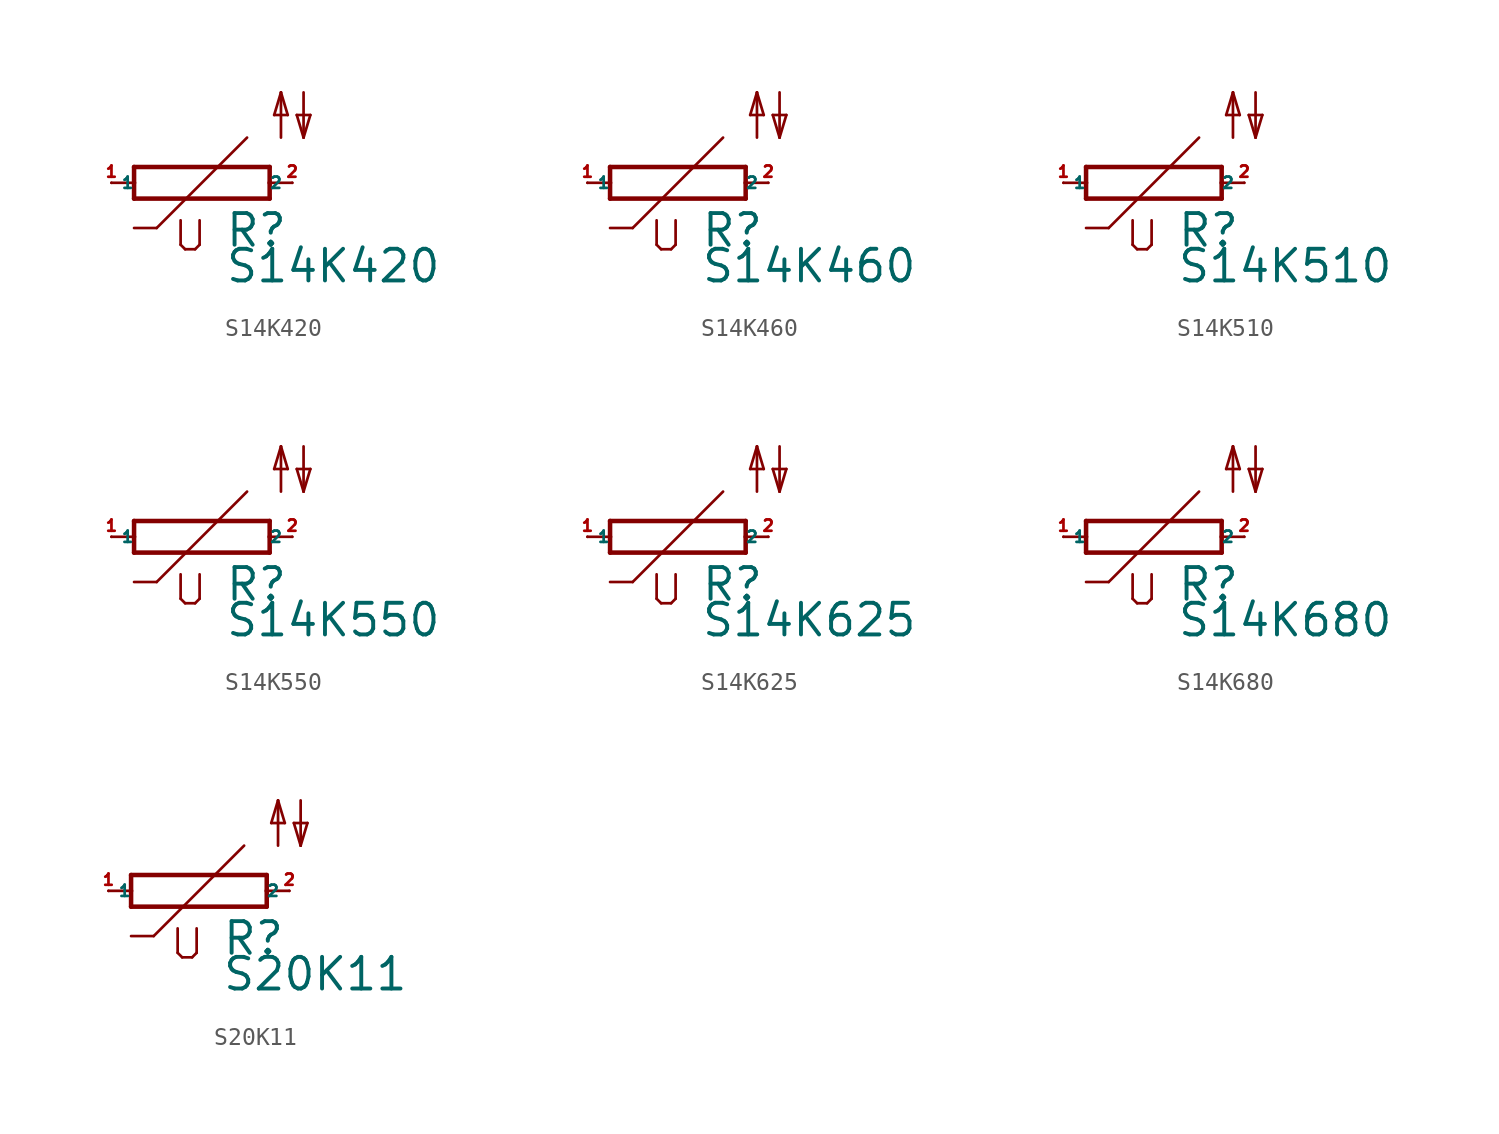
<source format=kicad_sym>
(kicad_symbol_lib
  (version 20220914)
  (generator Eagle2Kicad)
  (symbol "S14K420"
    (property "Reference" "R"
      (at 1.27 -3.708 0)
      (effects (font (size 1.778 1.778) (thickness 0.22)) (justify left bottom)))
    (property "Value" "S14K420"
      (at 1.27 -5.715 0)
      (effects (font (size 1.778 1.778) (thickness 0.22)) (justify left bottom)))
    (polyline
      (pts (xy -3.81 -0.889) (xy 3.81 -0.889))
      (stroke (width 0.254) (type default))
      (fill (type none)))
    (polyline
      (pts (xy 3.81 -0.889) (xy 3.81 0))
      (stroke (width 0.254) (type default))
      (fill (type none)))
    (polyline
      (pts (xy 3.81 0.889) (xy -3.81 0.889))
      (stroke (width 0.254) (type default))
      (fill (type none)))
    (polyline
      (pts (xy -3.81 -0.889) (xy -3.81 0))
      (stroke (width 0.254) (type default))
      (fill (type none)))
    (polyline
      (pts (xy 3.81 0) (xy 5.08 0))
      (stroke (width 0.152) (type default))
      (fill (type none)))
    (polyline
      (pts (xy 3.81 0) (xy 3.81 0.889))
      (stroke (width 0.254) (type default))
      (fill (type none)))
    (polyline
      (pts (xy -5.08 0) (xy -3.81 0))
      (stroke (width 0.152) (type default))
      (fill (type none)))
    (polyline
      (pts (xy -3.81 0) (xy -3.81 0.889))
      (stroke (width 0.254) (type default))
      (fill (type none)))
    (polyline
      (pts (xy 2.54 2.54) (xy -2.54 -2.54))
      (stroke (width 0.152) (type default))
      (fill (type none)))
    (polyline
      (pts (xy -2.54 -2.54) (xy -3.81 -2.54))
      (stroke (width 0.152) (type default))
      (fill (type none)))
    (polyline
      (pts (xy -1.194 -2.108) (xy -1.194 -3.48))
      (stroke (width 0.152) (type default))
      (fill (type none)))
    (polyline
      (pts (xy -0.94 -3.734) (xy -1.194 -3.48))
      (stroke (width 0.152) (type default))
      (fill (type none)))
    (polyline
      (pts (xy -0.94 -3.734) (xy -0.381 -3.734))
      (stroke (width 0.152) (type default))
      (fill (type none)))
    (polyline
      (pts (xy -0.127 -3.48) (xy -0.381 -3.734))
      (stroke (width 0.152) (type default))
      (fill (type none)))
    (polyline
      (pts (xy -0.127 -3.48) (xy -0.127 -2.108))
      (stroke (width 0.152) (type default))
      (fill (type none)))
    (polyline
      (pts (xy 5.715 5.08) (xy 5.715 2.54))
      (stroke (width 0.152) (type default))
      (fill (type none)))
    (polyline
      (pts (xy 5.715 2.54) (xy 6.096 3.81))
      (stroke (width 0.152) (type default))
      (fill (type none)))
    (polyline
      (pts (xy 6.096 3.81) (xy 5.334 3.81))
      (stroke (width 0.152) (type default))
      (fill (type none)))
    (polyline
      (pts (xy 5.334 3.81) (xy 5.715 2.54))
      (stroke (width 0.152) (type default))
      (fill (type none)))
    (polyline
      (pts (xy 4.445 2.54) (xy 4.445 5.08))
      (stroke (width 0.152) (type default))
      (fill (type none)))
    (polyline
      (pts (xy 4.445 5.08) (xy 4.826 3.81))
      (stroke (width 0.152) (type default))
      (fill (type none)))
    (polyline
      (pts (xy 4.826 3.81) (xy 4.064 3.81))
      (stroke (width 0.152) (type default))
      (fill (type none)))
    (polyline
      (pts (xy 4.064 3.81) (xy 4.445 5.08))
      (stroke (width 0.152) (type default))
      (fill (type none)))
    (pin passive line
      (at 5.08 0 180)
      (length 0)
      (name "2" (effects (font (size 0.635 0.635) (thickness 0.08)) (justify left bottom)))
      (number "2" (effects (font (size 0.635 0.635) (thickness 0.08)) (justify left bottom))))
    (pin passive line
      (at -5.08 0 0)
      (length 0)
      (name "1" (effects (font (size 0.635 0.635) (thickness 0.08)) (justify left bottom)))
      (number "1" (effects (font (size 0.635 0.635) (thickness 0.08)) (justify left bottom)))))
  (symbol "S14K460"
    (property "Reference" "R"
      (at 1.27 -3.708 0)
      (effects (font (size 1.778 1.778) (thickness 0.22)) (justify left bottom)))
    (property "Value" "S14K460"
      (at 1.27 -5.715 0)
      (effects (font (size 1.778 1.778) (thickness 0.22)) (justify left bottom)))
    (polyline
      (pts (xy -3.81 -0.889) (xy 3.81 -0.889))
      (stroke (width 0.254) (type default))
      (fill (type none)))
    (polyline
      (pts (xy 3.81 -0.889) (xy 3.81 0))
      (stroke (width 0.254) (type default))
      (fill (type none)))
    (polyline
      (pts (xy 3.81 0.889) (xy -3.81 0.889))
      (stroke (width 0.254) (type default))
      (fill (type none)))
    (polyline
      (pts (xy -3.81 -0.889) (xy -3.81 0))
      (stroke (width 0.254) (type default))
      (fill (type none)))
    (polyline
      (pts (xy 3.81 0) (xy 5.08 0))
      (stroke (width 0.152) (type default))
      (fill (type none)))
    (polyline
      (pts (xy 3.81 0) (xy 3.81 0.889))
      (stroke (width 0.254) (type default))
      (fill (type none)))
    (polyline
      (pts (xy -5.08 0) (xy -3.81 0))
      (stroke (width 0.152) (type default))
      (fill (type none)))
    (polyline
      (pts (xy -3.81 0) (xy -3.81 0.889))
      (stroke (width 0.254) (type default))
      (fill (type none)))
    (polyline
      (pts (xy 2.54 2.54) (xy -2.54 -2.54))
      (stroke (width 0.152) (type default))
      (fill (type none)))
    (polyline
      (pts (xy -2.54 -2.54) (xy -3.81 -2.54))
      (stroke (width 0.152) (type default))
      (fill (type none)))
    (polyline
      (pts (xy -1.194 -2.108) (xy -1.194 -3.48))
      (stroke (width 0.152) (type default))
      (fill (type none)))
    (polyline
      (pts (xy -0.94 -3.734) (xy -1.194 -3.48))
      (stroke (width 0.152) (type default))
      (fill (type none)))
    (polyline
      (pts (xy -0.94 -3.734) (xy -0.381 -3.734))
      (stroke (width 0.152) (type default))
      (fill (type none)))
    (polyline
      (pts (xy -0.127 -3.48) (xy -0.381 -3.734))
      (stroke (width 0.152) (type default))
      (fill (type none)))
    (polyline
      (pts (xy -0.127 -3.48) (xy -0.127 -2.108))
      (stroke (width 0.152) (type default))
      (fill (type none)))
    (polyline
      (pts (xy 5.715 5.08) (xy 5.715 2.54))
      (stroke (width 0.152) (type default))
      (fill (type none)))
    (polyline
      (pts (xy 5.715 2.54) (xy 6.096 3.81))
      (stroke (width 0.152) (type default))
      (fill (type none)))
    (polyline
      (pts (xy 6.096 3.81) (xy 5.334 3.81))
      (stroke (width 0.152) (type default))
      (fill (type none)))
    (polyline
      (pts (xy 5.334 3.81) (xy 5.715 2.54))
      (stroke (width 0.152) (type default))
      (fill (type none)))
    (polyline
      (pts (xy 4.445 2.54) (xy 4.445 5.08))
      (stroke (width 0.152) (type default))
      (fill (type none)))
    (polyline
      (pts (xy 4.445 5.08) (xy 4.826 3.81))
      (stroke (width 0.152) (type default))
      (fill (type none)))
    (polyline
      (pts (xy 4.826 3.81) (xy 4.064 3.81))
      (stroke (width 0.152) (type default))
      (fill (type none)))
    (polyline
      (pts (xy 4.064 3.81) (xy 4.445 5.08))
      (stroke (width 0.152) (type default))
      (fill (type none)))
    (pin passive line
      (at 5.08 0 180)
      (length 0)
      (name "2" (effects (font (size 0.635 0.635) (thickness 0.08)) (justify left bottom)))
      (number "2" (effects (font (size 0.635 0.635) (thickness 0.08)) (justify left bottom))))
    (pin passive line
      (at -5.08 0 0)
      (length 0)
      (name "1" (effects (font (size 0.635 0.635) (thickness 0.08)) (justify left bottom)))
      (number "1" (effects (font (size 0.635 0.635) (thickness 0.08)) (justify left bottom)))))
  (symbol "S14K510"
    (property "Reference" "R"
      (at 1.27 -3.708 0)
      (effects (font (size 1.778 1.778) (thickness 0.22)) (justify left bottom)))
    (property "Value" "S14K510"
      (at 1.27 -5.715 0)
      (effects (font (size 1.778 1.778) (thickness 0.22)) (justify left bottom)))
    (polyline
      (pts (xy -3.81 -0.889) (xy 3.81 -0.889))
      (stroke (width 0.254) (type default))
      (fill (type none)))
    (polyline
      (pts (xy 3.81 -0.889) (xy 3.81 0))
      (stroke (width 0.254) (type default))
      (fill (type none)))
    (polyline
      (pts (xy 3.81 0.889) (xy -3.81 0.889))
      (stroke (width 0.254) (type default))
      (fill (type none)))
    (polyline
      (pts (xy -3.81 -0.889) (xy -3.81 0))
      (stroke (width 0.254) (type default))
      (fill (type none)))
    (polyline
      (pts (xy 3.81 0) (xy 5.08 0))
      (stroke (width 0.152) (type default))
      (fill (type none)))
    (polyline
      (pts (xy 3.81 0) (xy 3.81 0.889))
      (stroke (width 0.254) (type default))
      (fill (type none)))
    (polyline
      (pts (xy -5.08 0) (xy -3.81 0))
      (stroke (width 0.152) (type default))
      (fill (type none)))
    (polyline
      (pts (xy -3.81 0) (xy -3.81 0.889))
      (stroke (width 0.254) (type default))
      (fill (type none)))
    (polyline
      (pts (xy 2.54 2.54) (xy -2.54 -2.54))
      (stroke (width 0.152) (type default))
      (fill (type none)))
    (polyline
      (pts (xy -2.54 -2.54) (xy -3.81 -2.54))
      (stroke (width 0.152) (type default))
      (fill (type none)))
    (polyline
      (pts (xy -1.194 -2.108) (xy -1.194 -3.48))
      (stroke (width 0.152) (type default))
      (fill (type none)))
    (polyline
      (pts (xy -0.94 -3.734) (xy -1.194 -3.48))
      (stroke (width 0.152) (type default))
      (fill (type none)))
    (polyline
      (pts (xy -0.94 -3.734) (xy -0.381 -3.734))
      (stroke (width 0.152) (type default))
      (fill (type none)))
    (polyline
      (pts (xy -0.127 -3.48) (xy -0.381 -3.734))
      (stroke (width 0.152) (type default))
      (fill (type none)))
    (polyline
      (pts (xy -0.127 -3.48) (xy -0.127 -2.108))
      (stroke (width 0.152) (type default))
      (fill (type none)))
    (polyline
      (pts (xy 5.715 5.08) (xy 5.715 2.54))
      (stroke (width 0.152) (type default))
      (fill (type none)))
    (polyline
      (pts (xy 5.715 2.54) (xy 6.096 3.81))
      (stroke (width 0.152) (type default))
      (fill (type none)))
    (polyline
      (pts (xy 6.096 3.81) (xy 5.334 3.81))
      (stroke (width 0.152) (type default))
      (fill (type none)))
    (polyline
      (pts (xy 5.334 3.81) (xy 5.715 2.54))
      (stroke (width 0.152) (type default))
      (fill (type none)))
    (polyline
      (pts (xy 4.445 2.54) (xy 4.445 5.08))
      (stroke (width 0.152) (type default))
      (fill (type none)))
    (polyline
      (pts (xy 4.445 5.08) (xy 4.826 3.81))
      (stroke (width 0.152) (type default))
      (fill (type none)))
    (polyline
      (pts (xy 4.826 3.81) (xy 4.064 3.81))
      (stroke (width 0.152) (type default))
      (fill (type none)))
    (polyline
      (pts (xy 4.064 3.81) (xy 4.445 5.08))
      (stroke (width 0.152) (type default))
      (fill (type none)))
    (pin passive line
      (at 5.08 0 180)
      (length 0)
      (name "2" (effects (font (size 0.635 0.635) (thickness 0.08)) (justify left bottom)))
      (number "2" (effects (font (size 0.635 0.635) (thickness 0.08)) (justify left bottom))))
    (pin passive line
      (at -5.08 0 0)
      (length 0)
      (name "1" (effects (font (size 0.635 0.635) (thickness 0.08)) (justify left bottom)))
      (number "1" (effects (font (size 0.635 0.635) (thickness 0.08)) (justify left bottom)))))
  (symbol "S14K550"
    (property "Reference" "R"
      (at 1.27 -3.708 0)
      (effects (font (size 1.778 1.778) (thickness 0.22)) (justify left bottom)))
    (property "Value" "S14K550"
      (at 1.27 -5.715 0)
      (effects (font (size 1.778 1.778) (thickness 0.22)) (justify left bottom)))
    (polyline
      (pts (xy -3.81 -0.889) (xy 3.81 -0.889))
      (stroke (width 0.254) (type default))
      (fill (type none)))
    (polyline
      (pts (xy 3.81 -0.889) (xy 3.81 0))
      (stroke (width 0.254) (type default))
      (fill (type none)))
    (polyline
      (pts (xy 3.81 0.889) (xy -3.81 0.889))
      (stroke (width 0.254) (type default))
      (fill (type none)))
    (polyline
      (pts (xy -3.81 -0.889) (xy -3.81 0))
      (stroke (width 0.254) (type default))
      (fill (type none)))
    (polyline
      (pts (xy 3.81 0) (xy 5.08 0))
      (stroke (width 0.152) (type default))
      (fill (type none)))
    (polyline
      (pts (xy 3.81 0) (xy 3.81 0.889))
      (stroke (width 0.254) (type default))
      (fill (type none)))
    (polyline
      (pts (xy -5.08 0) (xy -3.81 0))
      (stroke (width 0.152) (type default))
      (fill (type none)))
    (polyline
      (pts (xy -3.81 0) (xy -3.81 0.889))
      (stroke (width 0.254) (type default))
      (fill (type none)))
    (polyline
      (pts (xy 2.54 2.54) (xy -2.54 -2.54))
      (stroke (width 0.152) (type default))
      (fill (type none)))
    (polyline
      (pts (xy -2.54 -2.54) (xy -3.81 -2.54))
      (stroke (width 0.152) (type default))
      (fill (type none)))
    (polyline
      (pts (xy -1.194 -2.108) (xy -1.194 -3.48))
      (stroke (width 0.152) (type default))
      (fill (type none)))
    (polyline
      (pts (xy -0.94 -3.734) (xy -1.194 -3.48))
      (stroke (width 0.152) (type default))
      (fill (type none)))
    (polyline
      (pts (xy -0.94 -3.734) (xy -0.381 -3.734))
      (stroke (width 0.152) (type default))
      (fill (type none)))
    (polyline
      (pts (xy -0.127 -3.48) (xy -0.381 -3.734))
      (stroke (width 0.152) (type default))
      (fill (type none)))
    (polyline
      (pts (xy -0.127 -3.48) (xy -0.127 -2.108))
      (stroke (width 0.152) (type default))
      (fill (type none)))
    (polyline
      (pts (xy 5.715 5.08) (xy 5.715 2.54))
      (stroke (width 0.152) (type default))
      (fill (type none)))
    (polyline
      (pts (xy 5.715 2.54) (xy 6.096 3.81))
      (stroke (width 0.152) (type default))
      (fill (type none)))
    (polyline
      (pts (xy 6.096 3.81) (xy 5.334 3.81))
      (stroke (width 0.152) (type default))
      (fill (type none)))
    (polyline
      (pts (xy 5.334 3.81) (xy 5.715 2.54))
      (stroke (width 0.152) (type default))
      (fill (type none)))
    (polyline
      (pts (xy 4.445 2.54) (xy 4.445 5.08))
      (stroke (width 0.152) (type default))
      (fill (type none)))
    (polyline
      (pts (xy 4.445 5.08) (xy 4.826 3.81))
      (stroke (width 0.152) (type default))
      (fill (type none)))
    (polyline
      (pts (xy 4.826 3.81) (xy 4.064 3.81))
      (stroke (width 0.152) (type default))
      (fill (type none)))
    (polyline
      (pts (xy 4.064 3.81) (xy 4.445 5.08))
      (stroke (width 0.152) (type default))
      (fill (type none)))
    (pin passive line
      (at 5.08 0 180)
      (length 0)
      (name "2" (effects (font (size 0.635 0.635) (thickness 0.08)) (justify left bottom)))
      (number "2" (effects (font (size 0.635 0.635) (thickness 0.08)) (justify left bottom))))
    (pin passive line
      (at -5.08 0 0)
      (length 0)
      (name "1" (effects (font (size 0.635 0.635) (thickness 0.08)) (justify left bottom)))
      (number "1" (effects (font (size 0.635 0.635) (thickness 0.08)) (justify left bottom)))))
  (symbol "S14K625"
    (property "Reference" "R"
      (at 1.27 -3.708 0)
      (effects (font (size 1.778 1.778) (thickness 0.22)) (justify left bottom)))
    (property "Value" "S14K625"
      (at 1.27 -5.715 0)
      (effects (font (size 1.778 1.778) (thickness 0.22)) (justify left bottom)))
    (polyline
      (pts (xy -3.81 -0.889) (xy 3.81 -0.889))
      (stroke (width 0.254) (type default))
      (fill (type none)))
    (polyline
      (pts (xy 3.81 -0.889) (xy 3.81 0))
      (stroke (width 0.254) (type default))
      (fill (type none)))
    (polyline
      (pts (xy 3.81 0.889) (xy -3.81 0.889))
      (stroke (width 0.254) (type default))
      (fill (type none)))
    (polyline
      (pts (xy -3.81 -0.889) (xy -3.81 0))
      (stroke (width 0.254) (type default))
      (fill (type none)))
    (polyline
      (pts (xy 3.81 0) (xy 5.08 0))
      (stroke (width 0.152) (type default))
      (fill (type none)))
    (polyline
      (pts (xy 3.81 0) (xy 3.81 0.889))
      (stroke (width 0.254) (type default))
      (fill (type none)))
    (polyline
      (pts (xy -5.08 0) (xy -3.81 0))
      (stroke (width 0.152) (type default))
      (fill (type none)))
    (polyline
      (pts (xy -3.81 0) (xy -3.81 0.889))
      (stroke (width 0.254) (type default))
      (fill (type none)))
    (polyline
      (pts (xy 2.54 2.54) (xy -2.54 -2.54))
      (stroke (width 0.152) (type default))
      (fill (type none)))
    (polyline
      (pts (xy -2.54 -2.54) (xy -3.81 -2.54))
      (stroke (width 0.152) (type default))
      (fill (type none)))
    (polyline
      (pts (xy -1.194 -2.108) (xy -1.194 -3.48))
      (stroke (width 0.152) (type default))
      (fill (type none)))
    (polyline
      (pts (xy -0.94 -3.734) (xy -1.194 -3.48))
      (stroke (width 0.152) (type default))
      (fill (type none)))
    (polyline
      (pts (xy -0.94 -3.734) (xy -0.381 -3.734))
      (stroke (width 0.152) (type default))
      (fill (type none)))
    (polyline
      (pts (xy -0.127 -3.48) (xy -0.381 -3.734))
      (stroke (width 0.152) (type default))
      (fill (type none)))
    (polyline
      (pts (xy -0.127 -3.48) (xy -0.127 -2.108))
      (stroke (width 0.152) (type default))
      (fill (type none)))
    (polyline
      (pts (xy 5.715 5.08) (xy 5.715 2.54))
      (stroke (width 0.152) (type default))
      (fill (type none)))
    (polyline
      (pts (xy 5.715 2.54) (xy 6.096 3.81))
      (stroke (width 0.152) (type default))
      (fill (type none)))
    (polyline
      (pts (xy 6.096 3.81) (xy 5.334 3.81))
      (stroke (width 0.152) (type default))
      (fill (type none)))
    (polyline
      (pts (xy 5.334 3.81) (xy 5.715 2.54))
      (stroke (width 0.152) (type default))
      (fill (type none)))
    (polyline
      (pts (xy 4.445 2.54) (xy 4.445 5.08))
      (stroke (width 0.152) (type default))
      (fill (type none)))
    (polyline
      (pts (xy 4.445 5.08) (xy 4.826 3.81))
      (stroke (width 0.152) (type default))
      (fill (type none)))
    (polyline
      (pts (xy 4.826 3.81) (xy 4.064 3.81))
      (stroke (width 0.152) (type default))
      (fill (type none)))
    (polyline
      (pts (xy 4.064 3.81) (xy 4.445 5.08))
      (stroke (width 0.152) (type default))
      (fill (type none)))
    (pin passive line
      (at 5.08 0 180)
      (length 0)
      (name "2" (effects (font (size 0.635 0.635) (thickness 0.08)) (justify left bottom)))
      (number "2" (effects (font (size 0.635 0.635) (thickness 0.08)) (justify left bottom))))
    (pin passive line
      (at -5.08 0 0)
      (length 0)
      (name "1" (effects (font (size 0.635 0.635) (thickness 0.08)) (justify left bottom)))
      (number "1" (effects (font (size 0.635 0.635) (thickness 0.08)) (justify left bottom)))))
  (symbol "S14K680"
    (property "Reference" "R"
      (at 1.27 -3.708 0)
      (effects (font (size 1.778 1.778) (thickness 0.22)) (justify left bottom)))
    (property "Value" "S14K680"
      (at 1.27 -5.715 0)
      (effects (font (size 1.778 1.778) (thickness 0.22)) (justify left bottom)))
    (polyline
      (pts (xy -3.81 -0.889) (xy 3.81 -0.889))
      (stroke (width 0.254) (type default))
      (fill (type none)))
    (polyline
      (pts (xy 3.81 -0.889) (xy 3.81 0))
      (stroke (width 0.254) (type default))
      (fill (type none)))
    (polyline
      (pts (xy 3.81 0.889) (xy -3.81 0.889))
      (stroke (width 0.254) (type default))
      (fill (type none)))
    (polyline
      (pts (xy -3.81 -0.889) (xy -3.81 0))
      (stroke (width 0.254) (type default))
      (fill (type none)))
    (polyline
      (pts (xy 3.81 0) (xy 5.08 0))
      (stroke (width 0.152) (type default))
      (fill (type none)))
    (polyline
      (pts (xy 3.81 0) (xy 3.81 0.889))
      (stroke (width 0.254) (type default))
      (fill (type none)))
    (polyline
      (pts (xy -5.08 0) (xy -3.81 0))
      (stroke (width 0.152) (type default))
      (fill (type none)))
    (polyline
      (pts (xy -3.81 0) (xy -3.81 0.889))
      (stroke (width 0.254) (type default))
      (fill (type none)))
    (polyline
      (pts (xy 2.54 2.54) (xy -2.54 -2.54))
      (stroke (width 0.152) (type default))
      (fill (type none)))
    (polyline
      (pts (xy -2.54 -2.54) (xy -3.81 -2.54))
      (stroke (width 0.152) (type default))
      (fill (type none)))
    (polyline
      (pts (xy -1.194 -2.108) (xy -1.194 -3.48))
      (stroke (width 0.152) (type default))
      (fill (type none)))
    (polyline
      (pts (xy -0.94 -3.734) (xy -1.194 -3.48))
      (stroke (width 0.152) (type default))
      (fill (type none)))
    (polyline
      (pts (xy -0.94 -3.734) (xy -0.381 -3.734))
      (stroke (width 0.152) (type default))
      (fill (type none)))
    (polyline
      (pts (xy -0.127 -3.48) (xy -0.381 -3.734))
      (stroke (width 0.152) (type default))
      (fill (type none)))
    (polyline
      (pts (xy -0.127 -3.48) (xy -0.127 -2.108))
      (stroke (width 0.152) (type default))
      (fill (type none)))
    (polyline
      (pts (xy 5.715 5.08) (xy 5.715 2.54))
      (stroke (width 0.152) (type default))
      (fill (type none)))
    (polyline
      (pts (xy 5.715 2.54) (xy 6.096 3.81))
      (stroke (width 0.152) (type default))
      (fill (type none)))
    (polyline
      (pts (xy 6.096 3.81) (xy 5.334 3.81))
      (stroke (width 0.152) (type default))
      (fill (type none)))
    (polyline
      (pts (xy 5.334 3.81) (xy 5.715 2.54))
      (stroke (width 0.152) (type default))
      (fill (type none)))
    (polyline
      (pts (xy 4.445 2.54) (xy 4.445 5.08))
      (stroke (width 0.152) (type default))
      (fill (type none)))
    (polyline
      (pts (xy 4.445 5.08) (xy 4.826 3.81))
      (stroke (width 0.152) (type default))
      (fill (type none)))
    (polyline
      (pts (xy 4.826 3.81) (xy 4.064 3.81))
      (stroke (width 0.152) (type default))
      (fill (type none)))
    (polyline
      (pts (xy 4.064 3.81) (xy 4.445 5.08))
      (stroke (width 0.152) (type default))
      (fill (type none)))
    (pin passive line
      (at 5.08 0 180)
      (length 0)
      (name "2" (effects (font (size 0.635 0.635) (thickness 0.08)) (justify left bottom)))
      (number "2" (effects (font (size 0.635 0.635) (thickness 0.08)) (justify left bottom))))
    (pin passive line
      (at -5.08 0 0)
      (length 0)
      (name "1" (effects (font (size 0.635 0.635) (thickness 0.08)) (justify left bottom)))
      (number "1" (effects (font (size 0.635 0.635) (thickness 0.08)) (justify left bottom)))))
  (symbol "S20K11"
    (property "Reference" "R"
      (at 1.27 -3.708 0)
      (effects (font (size 1.778 1.778) (thickness 0.22)) (justify left bottom)))
    (property "Value" "S20K11"
      (at 1.27 -5.715 0)
      (effects (font (size 1.778 1.778) (thickness 0.22)) (justify left bottom)))
    (polyline
      (pts (xy -3.81 -0.889) (xy 3.81 -0.889))
      (stroke (width 0.254) (type default))
      (fill (type none)))
    (polyline
      (pts (xy 3.81 -0.889) (xy 3.81 0))
      (stroke (width 0.254) (type default))
      (fill (type none)))
    (polyline
      (pts (xy 3.81 0.889) (xy -3.81 0.889))
      (stroke (width 0.254) (type default))
      (fill (type none)))
    (polyline
      (pts (xy -3.81 -0.889) (xy -3.81 0))
      (stroke (width 0.254) (type default))
      (fill (type none)))
    (polyline
      (pts (xy 3.81 0) (xy 5.08 0))
      (stroke (width 0.152) (type default))
      (fill (type none)))
    (polyline
      (pts (xy 3.81 0) (xy 3.81 0.889))
      (stroke (width 0.254) (type default))
      (fill (type none)))
    (polyline
      (pts (xy -5.08 0) (xy -3.81 0))
      (stroke (width 0.152) (type default))
      (fill (type none)))
    (polyline
      (pts (xy -3.81 0) (xy -3.81 0.889))
      (stroke (width 0.254) (type default))
      (fill (type none)))
    (polyline
      (pts (xy 2.54 2.54) (xy -2.54 -2.54))
      (stroke (width 0.152) (type default))
      (fill (type none)))
    (polyline
      (pts (xy -2.54 -2.54) (xy -3.81 -2.54))
      (stroke (width 0.152) (type default))
      (fill (type none)))
    (polyline
      (pts (xy -1.194 -2.108) (xy -1.194 -3.48))
      (stroke (width 0.152) (type default))
      (fill (type none)))
    (polyline
      (pts (xy -0.94 -3.734) (xy -1.194 -3.48))
      (stroke (width 0.152) (type default))
      (fill (type none)))
    (polyline
      (pts (xy -0.94 -3.734) (xy -0.381 -3.734))
      (stroke (width 0.152) (type default))
      (fill (type none)))
    (polyline
      (pts (xy -0.127 -3.48) (xy -0.381 -3.734))
      (stroke (width 0.152) (type default))
      (fill (type none)))
    (polyline
      (pts (xy -0.127 -3.48) (xy -0.127 -2.108))
      (stroke (width 0.152) (type default))
      (fill (type none)))
    (polyline
      (pts (xy 5.715 5.08) (xy 5.715 2.54))
      (stroke (width 0.152) (type default))
      (fill (type none)))
    (polyline
      (pts (xy 5.715 2.54) (xy 6.096 3.81))
      (stroke (width 0.152) (type default))
      (fill (type none)))
    (polyline
      (pts (xy 6.096 3.81) (xy 5.334 3.81))
      (stroke (width 0.152) (type default))
      (fill (type none)))
    (polyline
      (pts (xy 5.334 3.81) (xy 5.715 2.54))
      (stroke (width 0.152) (type default))
      (fill (type none)))
    (polyline
      (pts (xy 4.445 2.54) (xy 4.445 5.08))
      (stroke (width 0.152) (type default))
      (fill (type none)))
    (polyline
      (pts (xy 4.445 5.08) (xy 4.826 3.81))
      (stroke (width 0.152) (type default))
      (fill (type none)))
    (polyline
      (pts (xy 4.826 3.81) (xy 4.064 3.81))
      (stroke (width 0.152) (type default))
      (fill (type none)))
    (polyline
      (pts (xy 4.064 3.81) (xy 4.445 5.08))
      (stroke (width 0.152) (type default))
      (fill (type none)))
    (pin passive line
      (at 5.08 0 180)
      (length 0)
      (name "2" (effects (font (size 0.635 0.635) (thickness 0.08)) (justify left bottom)))
      (number "2" (effects (font (size 0.635 0.635) (thickness 0.08)) (justify left bottom))))
    (pin passive line
      (at -5.08 0 0)
      (length 0)
      (name "1" (effects (font (size 0.635 0.635) (thickness 0.08)) (justify left bottom)))
      (number "1" (effects (font (size 0.635 0.635) (thickness 0.08)) (justify left bottom))))))
</source>
